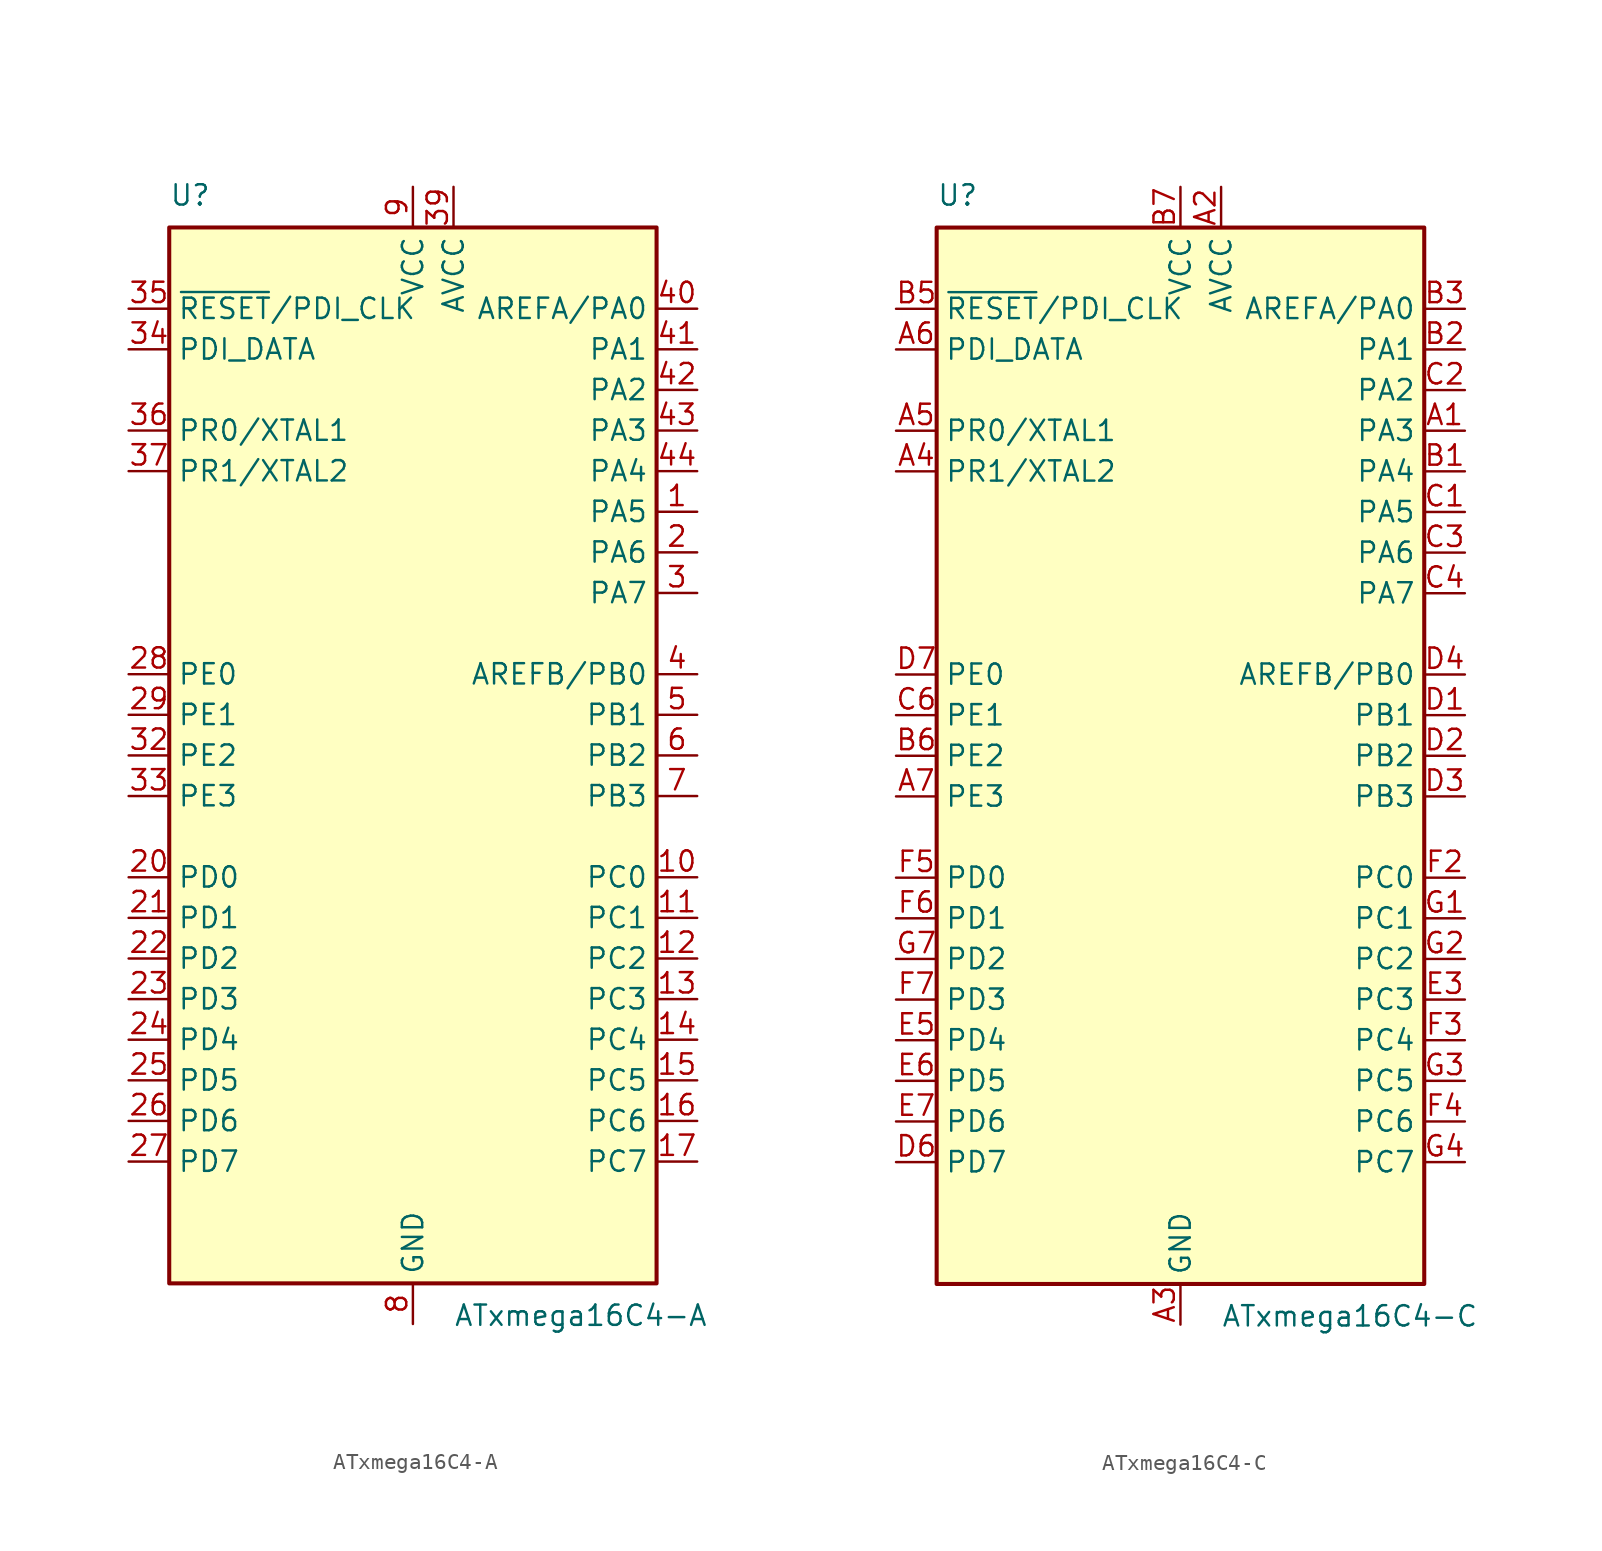
<source format=kicad_sym>
(kicad_symbol_lib
  (version 20201005)
  (generator kicad_symbol_editor)
  (symbol "MCU_Microchip_ATmega:ATxmega16C4-A"
    (property "Reference" "U"
      (at -15.24 34.29 0)
      (effects (font (size 1.27 1.27)) (justify left bottom)))
    (property "Value" "ATxmega16C4-A"
      (at 2.54 -34.29 0)
      (effects (font (size 1.27 1.27)) (justify left top)))
    (symbol "ATxmega16C4-A_0_1"
      (rectangle (start -15.24 -33.02) (end 15.24 33.02) (stroke (width 0.254)) (fill (type background))))
    (symbol "ATxmega16C4-A_1_1"
      (pin bidirectional line (at 17.78 15.24 180) (length 2.54) (name "PA5" (effects (font (size 1.27 1.27)))) (number "1" (effects (font (size 1.27 1.27)))))
      (pin bidirectional line (at 17.78 -7.62 180) (length 2.54) (name "PC0" (effects (font (size 1.27 1.27)))) (number "10" (effects (font (size 1.27 1.27)))))
      (pin bidirectional line (at 17.78 -10.16 180) (length 2.54) (name "PC1" (effects (font (size 1.27 1.27)))) (number "11" (effects (font (size 1.27 1.27)))))
      (pin bidirectional line (at 17.78 -12.7 180) (length 2.54) (name "PC2" (effects (font (size 1.27 1.27)))) (number "12" (effects (font (size 1.27 1.27)))))
      (pin bidirectional line (at 17.78 -15.24 180) (length 2.54) (name "PC3" (effects (font (size 1.27 1.27)))) (number "13" (effects (font (size 1.27 1.27)))))
      (pin bidirectional line (at 17.78 -17.78 180) (length 2.54) (name "PC4" (effects (font (size 1.27 1.27)))) (number "14" (effects (font (size 1.27 1.27)))))
      (pin bidirectional line (at 17.78 -20.32 180) (length 2.54) (name "PC5" (effects (font (size 1.27 1.27)))) (number "15" (effects (font (size 1.27 1.27)))))
      (pin bidirectional line (at 17.78 -22.86 180) (length 2.54) (name "PC6" (effects (font (size 1.27 1.27)))) (number "16" (effects (font (size 1.27 1.27)))))
      (pin bidirectional line (at 17.78 -25.4 180) (length 2.54) (name "PC7" (effects (font (size 1.27 1.27)))) (number "17" (effects (font (size 1.27 1.27)))))
      (pin passive line (at 0 -35.56 90) (length 2.54) hide (name "GND" (effects (font (size 1.27 1.27)))) (number "18" (effects (font (size 1.27 1.27)))))
      (pin passive line (at 0 35.56 270) (length 2.54) hide (name "VCC" (effects (font (size 1.27 1.27)))) (number "19" (effects (font (size 1.27 1.27)))))
      (pin bidirectional line (at 17.78 12.7 180) (length 2.54) (name "PA6" (effects (font (size 1.27 1.27)))) (number "2" (effects (font (size 1.27 1.27)))))
      (pin bidirectional line (at -17.78 -7.62 0) (length 2.54) (name "PD0" (effects (font (size 1.27 1.27)))) (number "20" (effects (font (size 1.27 1.27)))))
      (pin bidirectional line (at -17.78 -10.16 0) (length 2.54) (name "PD1" (effects (font (size 1.27 1.27)))) (number "21" (effects (font (size 1.27 1.27)))))
      (pin bidirectional line (at -17.78 -12.7 0) (length 2.54) (name "PD2" (effects (font (size 1.27 1.27)))) (number "22" (effects (font (size 1.27 1.27)))))
      (pin bidirectional line (at -17.78 -15.24 0) (length 2.54) (name "PD3" (effects (font (size 1.27 1.27)))) (number "23" (effects (font (size 1.27 1.27)))))
      (pin bidirectional line (at -17.78 -17.78 0) (length 2.54) (name "PD4" (effects (font (size 1.27 1.27)))) (number "24" (effects (font (size 1.27 1.27)))))
      (pin bidirectional line (at -17.78 -20.32 0) (length 2.54) (name "PD5" (effects (font (size 1.27 1.27)))) (number "25" (effects (font (size 1.27 1.27)))))
      (pin bidirectional line (at -17.78 -22.86 0) (length 2.54) (name "PD6" (effects (font (size 1.27 1.27)))) (number "26" (effects (font (size 1.27 1.27)))))
      (pin bidirectional line (at -17.78 -25.4 0) (length 2.54) (name "PD7" (effects (font (size 1.27 1.27)))) (number "27" (effects (font (size 1.27 1.27)))))
      (pin bidirectional line (at -17.78 5.08 0) (length 2.54) (name "PE0" (effects (font (size 1.27 1.27)))) (number "28" (effects (font (size 1.27 1.27)))))
      (pin bidirectional line (at -17.78 2.54 0) (length 2.54) (name "PE1" (effects (font (size 1.27 1.27)))) (number "29" (effects (font (size 1.27 1.27)))))
      (pin bidirectional line (at 17.78 10.16 180) (length 2.54) (name "PA7" (effects (font (size 1.27 1.27)))) (number "3" (effects (font (size 1.27 1.27)))))
      (pin passive line (at 0 -35.56 90) (length 2.54) hide (name "GND" (effects (font (size 1.27 1.27)))) (number "30" (effects (font (size 1.27 1.27)))))
      (pin passive line (at 0 35.56 270) (length 2.54) hide (name "VCC" (effects (font (size 1.27 1.27)))) (number "31" (effects (font (size 1.27 1.27)))))
      (pin bidirectional line (at -17.78 0 0) (length 2.54) (name "PE2" (effects (font (size 1.27 1.27)))) (number "32" (effects (font (size 1.27 1.27)))))
      (pin bidirectional line (at -17.78 -2.54 0) (length 2.54) (name "PE3" (effects (font (size 1.27 1.27)))) (number "33" (effects (font (size 1.27 1.27)))))
      (pin bidirectional line (at -17.78 25.4 0) (length 2.54) (name "PDI_DATA" (effects (font (size 1.27 1.27)))) (number "34" (effects (font (size 1.27 1.27)))))
      (pin input line (at -17.78 27.94 0) (length 2.54) (name "~RESET~/PDI_CLK" (effects (font (size 1.27 1.27)))) (number "35" (effects (font (size 1.27 1.27)))))
      (pin bidirectional line (at -17.78 20.32 0) (length 2.54) (name "PR0/XTAL1" (effects (font (size 1.27 1.27)))) (number "36" (effects (font (size 1.27 1.27)))))
      (pin bidirectional line (at -17.78 17.78 0) (length 2.54) (name "PR1/XTAL2" (effects (font (size 1.27 1.27)))) (number "37" (effects (font (size 1.27 1.27)))))
      (pin passive line (at 0 -35.56 90) (length 2.54) hide (name "GND" (effects (font (size 1.27 1.27)))) (number "38" (effects (font (size 1.27 1.27)))))
      (pin power_in line (at 2.54 35.56 270) (length 2.54) (name "AVCC" (effects (font (size 1.27 1.27)))) (number "39" (effects (font (size 1.27 1.27)))))
      (pin bidirectional line (at 17.78 5.08 180) (length 2.54) (name "AREFB/PB0" (effects (font (size 1.27 1.27)))) (number "4" (effects (font (size 1.27 1.27)))))
      (pin bidirectional line (at 17.78 27.94 180) (length 2.54) (name "AREFA/PA0" (effects (font (size 1.27 1.27)))) (number "40" (effects (font (size 1.27 1.27)))))
      (pin bidirectional line (at 17.78 25.4 180) (length 2.54) (name "PA1" (effects (font (size 1.27 1.27)))) (number "41" (effects (font (size 1.27 1.27)))))
      (pin bidirectional line (at 17.78 22.86 180) (length 2.54) (name "PA2" (effects (font (size 1.27 1.27)))) (number "42" (effects (font (size 1.27 1.27)))))
      (pin bidirectional line (at 17.78 20.32 180) (length 2.54) (name "PA3" (effects (font (size 1.27 1.27)))) (number "43" (effects (font (size 1.27 1.27)))))
      (pin bidirectional line (at 17.78 17.78 180) (length 2.54) (name "PA4" (effects (font (size 1.27 1.27)))) (number "44" (effects (font (size 1.27 1.27)))))
      (pin bidirectional line (at 17.78 2.54 180) (length 2.54) (name "PB1" (effects (font (size 1.27 1.27)))) (number "5" (effects (font (size 1.27 1.27)))))
      (pin bidirectional line (at 17.78 0 180) (length 2.54) (name "PB2" (effects (font (size 1.27 1.27)))) (number "6" (effects (font (size 1.27 1.27)))))
      (pin bidirectional line (at 17.78 -2.54 180) (length 2.54) (name "PB3" (effects (font (size 1.27 1.27)))) (number "7" (effects (font (size 1.27 1.27)))))
      (pin power_in line (at 0 -35.56 90) (length 2.54) (name "GND" (effects (font (size 1.27 1.27)))) (number "8" (effects (font (size 1.27 1.27)))))
      (pin power_in line (at 0 35.56 270) (length 2.54) (name "VCC" (effects (font (size 1.27 1.27)))) (number "9" (effects (font (size 1.27 1.27)))))))
  (symbol "MCU_Microchip_ATmega:ATxmega16C4-C"
    (property "Reference" "U"
      (at -15.24 34.29 0)
      (effects (font (size 1.27 1.27)) (justify left bottom)))
    (property "Value" "ATxmega16C4-C"
      (at 2.54 -34.29 0)
      (effects (font (size 1.27 1.27)) (justify left top)))
    (symbol "ATxmega16C4-C_0_1"
      (rectangle (start -15.24 -33.02) (end 15.24 33.02) (stroke (width 0.254)) (fill (type background))))
    (symbol "ATxmega16C4-C_1_1"
      (pin bidirectional line (at 17.78 20.32 180) (length 2.54) (name "PA3" (effects (font (size 1.27 1.27)))) (number "A1" (effects (font (size 1.27 1.27)))))
      (pin power_in line (at 2.54 35.56 270) (length 2.54) (name "AVCC" (effects (font (size 1.27 1.27)))) (number "A2" (effects (font (size 1.27 1.27)))))
      (pin power_in line (at 0 -35.56 90) (length 2.54) (name "GND" (effects (font (size 1.27 1.27)))) (number "A3" (effects (font (size 1.27 1.27)))))
      (pin bidirectional line (at -17.78 17.78 0) (length 2.54) (name "PR1/XTAL2" (effects (font (size 1.27 1.27)))) (number "A4" (effects (font (size 1.27 1.27)))))
      (pin bidirectional line (at -17.78 20.32 0) (length 2.54) (name "PR0/XTAL1" (effects (font (size 1.27 1.27)))) (number "A5" (effects (font (size 1.27 1.27)))))
      (pin bidirectional line (at -17.78 25.4 0) (length 2.54) (name "PDI_DATA" (effects (font (size 1.27 1.27)))) (number "A6" (effects (font (size 1.27 1.27)))))
      (pin bidirectional line (at -17.78 -2.54 0) (length 2.54) (name "PE3" (effects (font (size 1.27 1.27)))) (number "A7" (effects (font (size 1.27 1.27)))))
      (pin bidirectional line (at 17.78 17.78 180) (length 2.54) (name "PA4" (effects (font (size 1.27 1.27)))) (number "B1" (effects (font (size 1.27 1.27)))))
      (pin bidirectional line (at 17.78 25.4 180) (length 2.54) (name "PA1" (effects (font (size 1.27 1.27)))) (number "B2" (effects (font (size 1.27 1.27)))))
      (pin bidirectional line (at 17.78 27.94 180) (length 2.54) (name "AREFA/PA0" (effects (font (size 1.27 1.27)))) (number "B3" (effects (font (size 1.27 1.27)))))
      (pin passive line (at 0 -35.56 90) (length 2.54) hide (name "GND" (effects (font (size 1.27 1.27)))) (number "B4" (effects (font (size 1.27 1.27)))))
      (pin input line (at -17.78 27.94 0) (length 2.54) (name "~RESET~/PDI_CLK" (effects (font (size 1.27 1.27)))) (number "B5" (effects (font (size 1.27 1.27)))))
      (pin bidirectional line (at -17.78 0 0) (length 2.54) (name "PE2" (effects (font (size 1.27 1.27)))) (number "B6" (effects (font (size 1.27 1.27)))))
      (pin power_in line (at 0 35.56 270) (length 2.54) (name "VCC" (effects (font (size 1.27 1.27)))) (number "B7" (effects (font (size 1.27 1.27)))))
      (pin bidirectional line (at 17.78 15.24 180) (length 2.54) (name "PA5" (effects (font (size 1.27 1.27)))) (number "C1" (effects (font (size 1.27 1.27)))))
      (pin bidirectional line (at 17.78 22.86 180) (length 2.54) (name "PA2" (effects (font (size 1.27 1.27)))) (number "C2" (effects (font (size 1.27 1.27)))))
      (pin bidirectional line (at 17.78 12.7 180) (length 2.54) (name "PA6" (effects (font (size 1.27 1.27)))) (number "C3" (effects (font (size 1.27 1.27)))))
      (pin bidirectional line (at 17.78 10.16 180) (length 2.54) (name "PA7" (effects (font (size 1.27 1.27)))) (number "C4" (effects (font (size 1.27 1.27)))))
      (pin passive line (at 0 -35.56 90) (length 2.54) hide (name "GND" (effects (font (size 1.27 1.27)))) (number "C5" (effects (font (size 1.27 1.27)))))
      (pin bidirectional line (at -17.78 2.54 0) (length 2.54) (name "PE1" (effects (font (size 1.27 1.27)))) (number "C6" (effects (font (size 1.27 1.27)))))
      (pin passive line (at 0 -35.56 90) (length 2.54) hide (name "GND" (effects (font (size 1.27 1.27)))) (number "C7" (effects (font (size 1.27 1.27)))))
      (pin bidirectional line (at 17.78 2.54 180) (length 2.54) (name "PB1" (effects (font (size 1.27 1.27)))) (number "D1" (effects (font (size 1.27 1.27)))))
      (pin bidirectional line (at 17.78 0 180) (length 2.54) (name "PB2" (effects (font (size 1.27 1.27)))) (number "D2" (effects (font (size 1.27 1.27)))))
      (pin bidirectional line (at 17.78 -2.54 180) (length 2.54) (name "PB3" (effects (font (size 1.27 1.27)))) (number "D3" (effects (font (size 1.27 1.27)))))
      (pin bidirectional line (at 17.78 5.08 180) (length 2.54) (name "AREFB/PB0" (effects (font (size 1.27 1.27)))) (number "D4" (effects (font (size 1.27 1.27)))))
      (pin passive line (at 0 -35.56 90) (length 2.54) hide (name "GND" (effects (font (size 1.27 1.27)))) (number "D5" (effects (font (size 1.27 1.27)))))
      (pin bidirectional line (at -17.78 -25.4 0) (length 2.54) (name "PD7" (effects (font (size 1.27 1.27)))) (number "D6" (effects (font (size 1.27 1.27)))))
      (pin bidirectional line (at -17.78 5.08 0) (length 2.54) (name "PE0" (effects (font (size 1.27 1.27)))) (number "D7" (effects (font (size 1.27 1.27)))))
      (pin passive line (at 0 -35.56 90) (length 2.54) hide (name "GND" (effects (font (size 1.27 1.27)))) (number "E1" (effects (font (size 1.27 1.27)))))
      (pin passive line (at 0 -35.56 90) (length 2.54) hide (name "GND" (effects (font (size 1.27 1.27)))) (number "E2" (effects (font (size 1.27 1.27)))))
      (pin bidirectional line (at 17.78 -15.24 180) (length 2.54) (name "PC3" (effects (font (size 1.27 1.27)))) (number "E3" (effects (font (size 1.27 1.27)))))
      (pin passive line (at 0 -35.56 90) (length 2.54) hide (name "GND" (effects (font (size 1.27 1.27)))) (number "E4" (effects (font (size 1.27 1.27)))))
      (pin bidirectional line (at -17.78 -17.78 0) (length 2.54) (name "PD4" (effects (font (size 1.27 1.27)))) (number "E5" (effects (font (size 1.27 1.27)))))
      (pin bidirectional line (at -17.78 -20.32 0) (length 2.54) (name "PD5" (effects (font (size 1.27 1.27)))) (number "E6" (effects (font (size 1.27 1.27)))))
      (pin bidirectional line (at -17.78 -22.86 0) (length 2.54) (name "PD6" (effects (font (size 1.27 1.27)))) (number "E7" (effects (font (size 1.27 1.27)))))
      (pin passive line (at 0 35.56 270) (length 2.54) hide (name "VCC" (effects (font (size 1.27 1.27)))) (number "F1" (effects (font (size 1.27 1.27)))))
      (pin bidirectional line (at 17.78 -7.62 180) (length 2.54) (name "PC0" (effects (font (size 1.27 1.27)))) (number "F2" (effects (font (size 1.27 1.27)))))
      (pin bidirectional line (at 17.78 -17.78 180) (length 2.54) (name "PC4" (effects (font (size 1.27 1.27)))) (number "F3" (effects (font (size 1.27 1.27)))))
      (pin bidirectional line (at 17.78 -22.86 180) (length 2.54) (name "PC6" (effects (font (size 1.27 1.27)))) (number "F4" (effects (font (size 1.27 1.27)))))
      (pin bidirectional line (at -17.78 -7.62 0) (length 2.54) (name "PD0" (effects (font (size 1.27 1.27)))) (number "F5" (effects (font (size 1.27 1.27)))))
      (pin bidirectional line (at -17.78 -10.16 0) (length 2.54) (name "PD1" (effects (font (size 1.27 1.27)))) (number "F6" (effects (font (size 1.27 1.27)))))
      (pin bidirectional line (at -17.78 -15.24 0) (length 2.54) (name "PD3" (effects (font (size 1.27 1.27)))) (number "F7" (effects (font (size 1.27 1.27)))))
      (pin bidirectional line (at 17.78 -10.16 180) (length 2.54) (name "PC1" (effects (font (size 1.27 1.27)))) (number "G1" (effects (font (size 1.27 1.27)))))
      (pin bidirectional line (at 17.78 -12.7 180) (length 2.54) (name "PC2" (effects (font (size 1.27 1.27)))) (number "G2" (effects (font (size 1.27 1.27)))))
      (pin bidirectional line (at 17.78 -20.32 180) (length 2.54) (name "PC5" (effects (font (size 1.27 1.27)))) (number "G3" (effects (font (size 1.27 1.27)))))
      (pin bidirectional line (at 17.78 -25.4 180) (length 2.54) (name "PC7" (effects (font (size 1.27 1.27)))) (number "G4" (effects (font (size 1.27 1.27)))))
      (pin passive line (at 0 -35.56 90) (length 2.54) hide (name "GND" (effects (font (size 1.27 1.27)))) (number "G5" (effects (font (size 1.27 1.27)))))
      (pin passive line (at 0 35.56 270) (length 2.54) hide (name "VCC" (effects (font (size 1.27 1.27)))) (number "G6" (effects (font (size 1.27 1.27)))))
      (pin bidirectional line (at -17.78 -12.7 0) (length 2.54) (name "PD2" (effects (font (size 1.27 1.27)))) (number "G7" (effects (font (size 1.27 1.27))))))))
</source>
